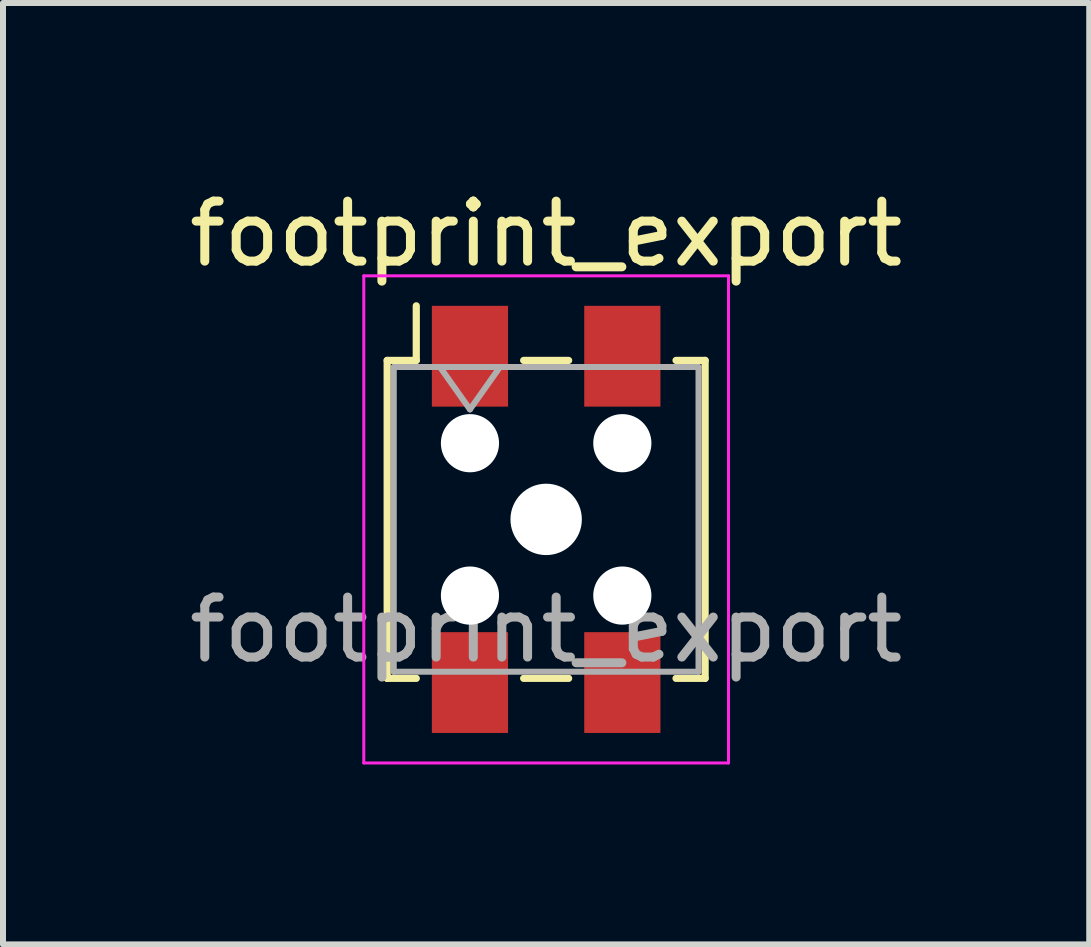
<source format=kicad_pcb>
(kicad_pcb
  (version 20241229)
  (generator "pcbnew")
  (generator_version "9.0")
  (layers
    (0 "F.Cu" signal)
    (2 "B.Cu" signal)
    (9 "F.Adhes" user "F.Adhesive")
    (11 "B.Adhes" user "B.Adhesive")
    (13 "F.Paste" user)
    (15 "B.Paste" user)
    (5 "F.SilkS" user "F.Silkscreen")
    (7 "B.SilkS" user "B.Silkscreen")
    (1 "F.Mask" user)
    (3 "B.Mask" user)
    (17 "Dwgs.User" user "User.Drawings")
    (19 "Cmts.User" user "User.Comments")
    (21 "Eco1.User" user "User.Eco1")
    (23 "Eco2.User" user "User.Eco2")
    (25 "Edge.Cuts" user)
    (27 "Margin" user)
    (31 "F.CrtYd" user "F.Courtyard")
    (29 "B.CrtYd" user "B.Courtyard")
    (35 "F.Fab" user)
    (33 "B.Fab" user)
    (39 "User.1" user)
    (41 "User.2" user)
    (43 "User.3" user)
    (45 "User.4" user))
  (footprint "footprint_export"
    (layer "F.Cu")
    (at 6.054 5.608)
    (property "Reference" "footprint_export" (at 0 -4.76 0) (layer "F.SilkS") (effects (font (size 1 1) (thickness 0.15))))
    (attr smd)
    (fp_line (start -2.65 -2.65) (end -2.65 2.65) (stroke (width 0.12) (type solid)) (layer "F.SilkS"))
    (fp_line (start -2.65 2.65) (end -2.165 2.65) (stroke (width 0.12) (type solid)) (layer "F.SilkS"))
    (fp_line (start -2.165 -3.56) (end -2.165 -2.65) (stroke (width 0.12) (type solid)) (layer "F.SilkS"))
    (fp_line (start -2.165 -2.65) (end -2.65 -2.65) (stroke (width 0.12) (type solid)) (layer "F.SilkS"))
    (fp_line (start -0.375 -2.65) (end 0.375 -2.65) (stroke (width 0.12) (type solid)) (layer "F.SilkS"))
    (fp_line (start -0.375 2.65) (end 0.375 2.65) (stroke (width 0.12) (type solid)) (layer "F.SilkS"))
    (fp_line (start 2.165 -2.65) (end 2.65 -2.65) (stroke (width 0.12) (type solid)) (layer "F.SilkS"))
    (fp_line (start 2.65 -2.65) (end 2.65 2.65) (stroke (width 0.12) (type solid)) (layer "F.SilkS"))
    (fp_line (start 2.65 2.65) (end 2.165 2.65) (stroke (width 0.12) (type solid)) (layer "F.SilkS"))
    (fp_line (start -3.04 -4.06) (end 3.04 -4.06) (stroke (width 0.05) (type solid)) (layer "F.CrtYd"))
    (fp_line (start -3.04 4.06) (end -3.04 -4.06) (stroke (width 0.05) (type solid)) (layer "F.CrtYd"))
    (fp_line (start 3.04 -4.06) (end 3.04 4.06) (stroke (width 0.05) (type solid)) (layer "F.CrtYd"))
    (fp_line (start 3.04 4.06) (end -3.04 4.06) (stroke (width 0.05) (type solid)) (layer "F.CrtYd"))
    (fp_line (start -2.54 -2.54) (end 2.54 -2.54) (stroke (width 0.1) (type solid)) (layer "F.Fab"))
    (fp_line (start -2.54 2.54) (end -2.54 -2.54) (stroke (width 0.1) (type solid)) (layer "F.Fab"))
    (fp_line (start -1.77 -2.54) (end -1.27 -1.833) (stroke (width 0.1) (type solid)) (layer "F.Fab"))
    (fp_line (start -1.27 -1.833) (end -0.77 -2.54) (stroke (width 0.1) (type solid)) (layer "F.Fab"))
    (fp_line (start 2.54 -2.54) (end 2.54 2.54) (stroke (width 0.1) (type solid)) (layer "F.Fab"))
    (fp_line (start 2.54 2.54) (end -2.54 2.54) (stroke (width 0.1) (type solid)) (layer "F.Fab"))
    (fp_text user "${REFERENCE}" (at 0 1.84 0) (layer "F.Fab") (effects (font (size 1 1) (thickness 0.15))))
    (pad "" np_thru_hole circle (at -1.27 -1.27) (size 0.97 0.97) (drill 0.97) (layers "*.Cu" "*.Mask"))
    (pad "" np_thru_hole circle (at -1.27 1.27) (size 0.97 0.97) (drill 0.97) (layers "*.Cu" "*.Mask"))
    (pad "" np_thru_hole circle (at 0 0) (size 1.19 1.19) (drill 1.19) (layers "*.Cu" "*.Mask"))
    (pad "" np_thru_hole circle (at 1.27 -1.27) (size 0.97 0.97) (drill 0.97) (layers "*.Cu" "*.Mask"))
    (pad "" np_thru_hole circle (at 1.27 1.27) (size 0.97 0.97) (drill 0.97) (layers "*.Cu" "*.Mask"))
    (pad "1" smd rect (at -1.27 -2.72) (size 1.27 1.68) (layers "F.Cu" "F.Mask" "F.Paste"))
    (pad "2" smd rect (at -1.27 2.72) (size 1.27 1.68) (layers "F.Cu" "F.Mask" "F.Paste"))
    (pad "3" smd rect (at 1.27 -2.72) (size 1.27 1.68) (layers "F.Cu" "F.Mask" "F.Paste"))
    (pad "4" smd rect (at 1.27 2.72) (size 1.27 1.68) (layers "F.Cu" "F.Mask" "F.Paste")))
  (gr_rect
    (start -3 -3)
    (end 15.107 12.693)
    (stroke (width 0.1) (type default))
    (fill no)
    (layer "Edge.Cuts")))
</source>
